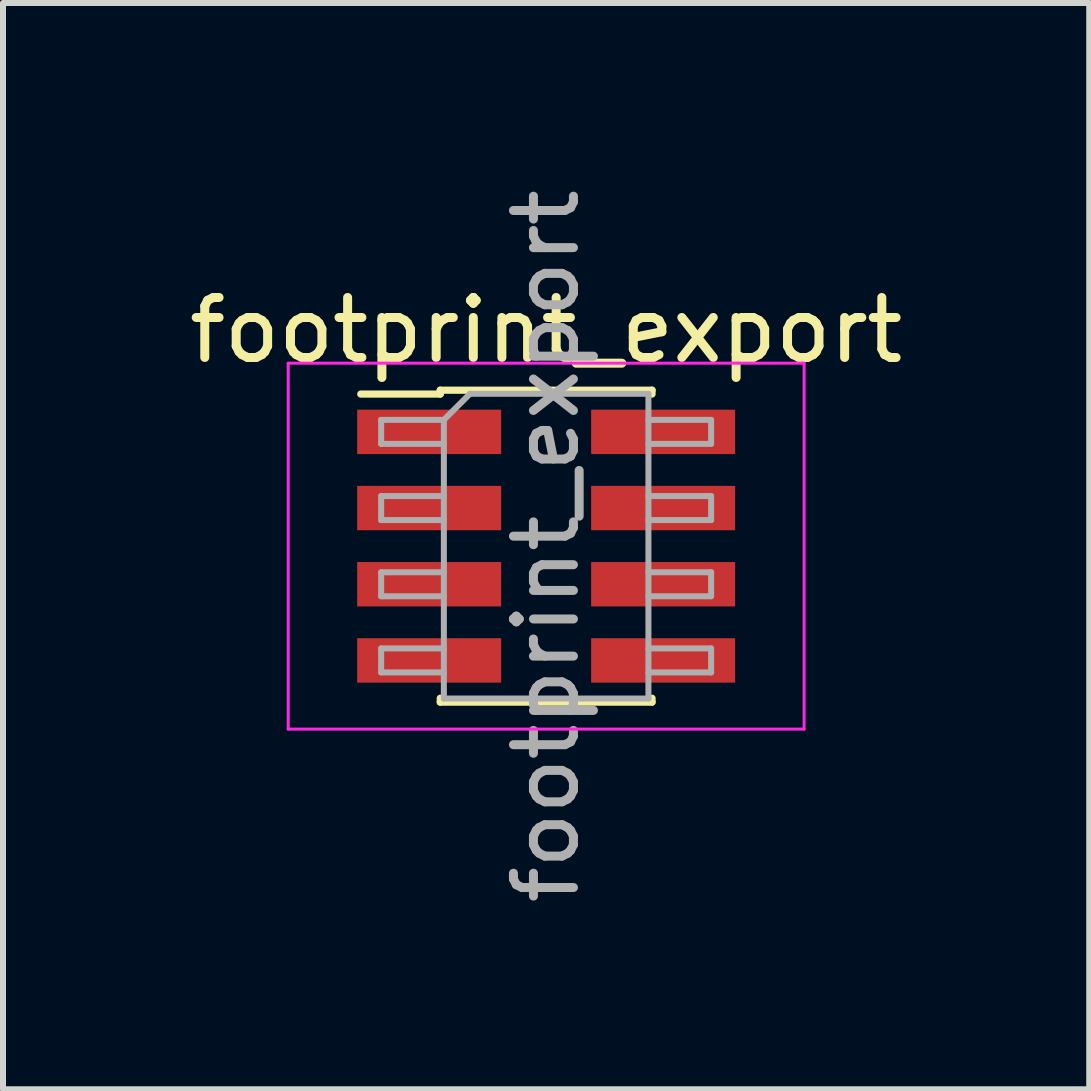
<source format=kicad_pcb>
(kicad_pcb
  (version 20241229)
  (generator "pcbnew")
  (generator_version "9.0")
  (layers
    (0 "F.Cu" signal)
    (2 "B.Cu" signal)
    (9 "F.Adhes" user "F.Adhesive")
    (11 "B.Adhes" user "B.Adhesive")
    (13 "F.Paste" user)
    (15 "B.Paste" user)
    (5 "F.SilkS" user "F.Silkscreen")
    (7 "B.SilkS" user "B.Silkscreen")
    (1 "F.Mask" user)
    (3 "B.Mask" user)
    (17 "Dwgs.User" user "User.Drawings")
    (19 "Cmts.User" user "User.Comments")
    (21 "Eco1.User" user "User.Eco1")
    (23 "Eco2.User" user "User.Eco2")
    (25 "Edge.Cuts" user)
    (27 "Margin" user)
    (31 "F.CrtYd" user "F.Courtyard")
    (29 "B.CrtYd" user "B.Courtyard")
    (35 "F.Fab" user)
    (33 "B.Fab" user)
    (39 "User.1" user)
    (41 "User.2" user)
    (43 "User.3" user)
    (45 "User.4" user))
  (footprint "footprint_export"
    (layer "F.Cu")
    (at 6.054 6.054)
    (property "Reference" "footprint_export" (at 0 -3.6 0) (layer "F.SilkS") (effects (font (size 1 1) (thickness 0.15))))
    (attr smd)
    (fp_line (start -3.09 -2.535) (end -1.765 -2.535) (stroke (width 0.12) (type solid)) (layer "F.SilkS"))
    (fp_line (start -1.765 -2.6) (end -1.765 -2.535) (stroke (width 0.12) (type solid)) (layer "F.SilkS"))
    (fp_line (start -1.765 -2.6) (end 1.765 -2.6) (stroke (width 0.12) (type solid)) (layer "F.SilkS"))
    (fp_line (start -1.765 2.535) (end -1.765 2.6) (stroke (width 0.12) (type solid)) (layer "F.SilkS"))
    (fp_line (start -1.765 2.6) (end 1.765 2.6) (stroke (width 0.12) (type solid)) (layer "F.SilkS"))
    (fp_line (start 1.765 -2.6) (end 1.765 -2.535) (stroke (width 0.12) (type solid)) (layer "F.SilkS"))
    (fp_line (start 1.765 2.535) (end 1.765 2.6) (stroke (width 0.12) (type solid)) (layer "F.SilkS"))
    (fp_line (start -4.3 -3.05) (end -4.3 3.05) (stroke (width 0.05) (type solid)) (layer "F.CrtYd"))
    (fp_line (start -4.3 3.05) (end 4.3 3.05) (stroke (width 0.05) (type solid)) (layer "F.CrtYd"))
    (fp_line (start 4.3 -3.05) (end -4.3 -3.05) (stroke (width 0.05) (type solid)) (layer "F.CrtYd"))
    (fp_line (start 4.3 3.05) (end 4.3 -3.05) (stroke (width 0.05) (type solid)) (layer "F.CrtYd"))
    (fp_line (start -2.75 -2.105) (end -2.75 -1.705) (stroke (width 0.1) (type solid)) (layer "F.Fab"))
    (fp_line (start -2.75 -1.705) (end -1.705 -1.705) (stroke (width 0.1) (type solid)) (layer "F.Fab"))
    (fp_line (start -2.75 -0.835) (end -2.75 -0.435) (stroke (width 0.1) (type solid)) (layer "F.Fab"))
    (fp_line (start -2.75 -0.435) (end -1.705 -0.435) (stroke (width 0.1) (type solid)) (layer "F.Fab"))
    (fp_line (start -2.75 0.435) (end -2.75 0.835) (stroke (width 0.1) (type solid)) (layer "F.Fab"))
    (fp_line (start -2.75 0.835) (end -1.705 0.835) (stroke (width 0.1) (type solid)) (layer "F.Fab"))
    (fp_line (start -2.75 1.705) (end -2.75 2.105) (stroke (width 0.1) (type solid)) (layer "F.Fab"))
    (fp_line (start -2.75 2.105) (end -1.705 2.105) (stroke (width 0.1) (type solid)) (layer "F.Fab"))
    (fp_line (start -1.705 -2.105) (end -2.75 -2.105) (stroke (width 0.1) (type solid)) (layer "F.Fab"))
    (fp_line (start -1.705 -2.105) (end -1.27 -2.54) (stroke (width 0.1) (type solid)) (layer "F.Fab"))
    (fp_line (start -1.705 -0.835) (end -2.75 -0.835) (stroke (width 0.1) (type solid)) (layer "F.Fab"))
    (fp_line (start -1.705 0.435) (end -2.75 0.435) (stroke (width 0.1) (type solid)) (layer "F.Fab"))
    (fp_line (start -1.705 1.705) (end -2.75 1.705) (stroke (width 0.1) (type solid)) (layer "F.Fab"))
    (fp_line (start -1.705 2.54) (end -1.705 -2.105) (stroke (width 0.1) (type solid)) (layer "F.Fab"))
    (fp_line (start -1.27 -2.54) (end 1.705 -2.54) (stroke (width 0.1) (type solid)) (layer "F.Fab"))
    (fp_line (start 1.705 -2.54) (end 1.705 2.54) (stroke (width 0.1) (type solid)) (layer "F.Fab"))
    (fp_line (start 1.705 -2.105) (end 2.75 -2.105) (stroke (width 0.1) (type solid)) (layer "F.Fab"))
    (fp_line (start 1.705 -0.835) (end 2.75 -0.835) (stroke (width 0.1) (type solid)) (layer "F.Fab"))
    (fp_line (start 1.705 0.435) (end 2.75 0.435) (stroke (width 0.1) (type solid)) (layer "F.Fab"))
    (fp_line (start 1.705 1.705) (end 2.75 1.705) (stroke (width 0.1) (type solid)) (layer "F.Fab"))
    (fp_line (start 1.705 2.54) (end -1.705 2.54) (stroke (width 0.1) (type solid)) (layer "F.Fab"))
    (fp_line (start 2.75 -2.105) (end 2.75 -1.705) (stroke (width 0.1) (type solid)) (layer "F.Fab"))
    (fp_line (start 2.75 -1.705) (end 1.705 -1.705) (stroke (width 0.1) (type solid)) (layer "F.Fab"))
    (fp_line (start 2.75 -0.835) (end 2.75 -0.435) (stroke (width 0.1) (type solid)) (layer "F.Fab"))
    (fp_line (start 2.75 -0.435) (end 1.705 -0.435) (stroke (width 0.1) (type solid)) (layer "F.Fab"))
    (fp_line (start 2.75 0.435) (end 2.75 0.835) (stroke (width 0.1) (type solid)) (layer "F.Fab"))
    (fp_line (start 2.75 0.835) (end 1.705 0.835) (stroke (width 0.1) (type solid)) (layer "F.Fab"))
    (fp_line (start 2.75 1.705) (end 2.75 2.105) (stroke (width 0.1) (type solid)) (layer "F.Fab"))
    (fp_line (start 2.75 2.105) (end 1.705 2.105) (stroke (width 0.1) (type solid)) (layer "F.Fab"))
    (fp_text user "${REFERENCE}" (at 0 0 90) (layer "F.Fab") (effects (font (size 1 1) (thickness 0.15))))
    (pad "1" smd rect (at -1.95 -1.905) (size 2.4 0.74) (layers "F.Cu" "F.Mask" "F.Paste"))
    (pad "2" smd rect (at 1.95 -1.905) (size 2.4 0.74) (layers "F.Cu" "F.Mask" "F.Paste"))
    (pad "3" smd rect (at -1.95 -0.635) (size 2.4 0.74) (layers "F.Cu" "F.Mask" "F.Paste"))
    (pad "4" smd rect (at 1.95 -0.635) (size 2.4 0.74) (layers "F.Cu" "F.Mask" "F.Paste"))
    (pad "5" smd rect (at -1.95 0.635) (size 2.4 0.74) (layers "F.Cu" "F.Mask" "F.Paste"))
    (pad "6" smd rect (at 1.95 0.635) (size 2.4 0.74) (layers "F.Cu" "F.Mask" "F.Paste"))
    (pad "7" smd rect (at -1.95 1.905) (size 2.4 0.74) (layers "F.Cu" "F.Mask" "F.Paste"))
    (pad "8" smd rect (at 1.95 1.905) (size 2.4 0.74) (layers "F.Cu" "F.Mask" "F.Paste")))
  (gr_rect
    (start -3 -3)
    (end 15.107 15.107)
    (stroke (width 0.1) (type default))
    (fill no)
    (layer "Edge.Cuts")))
</source>
